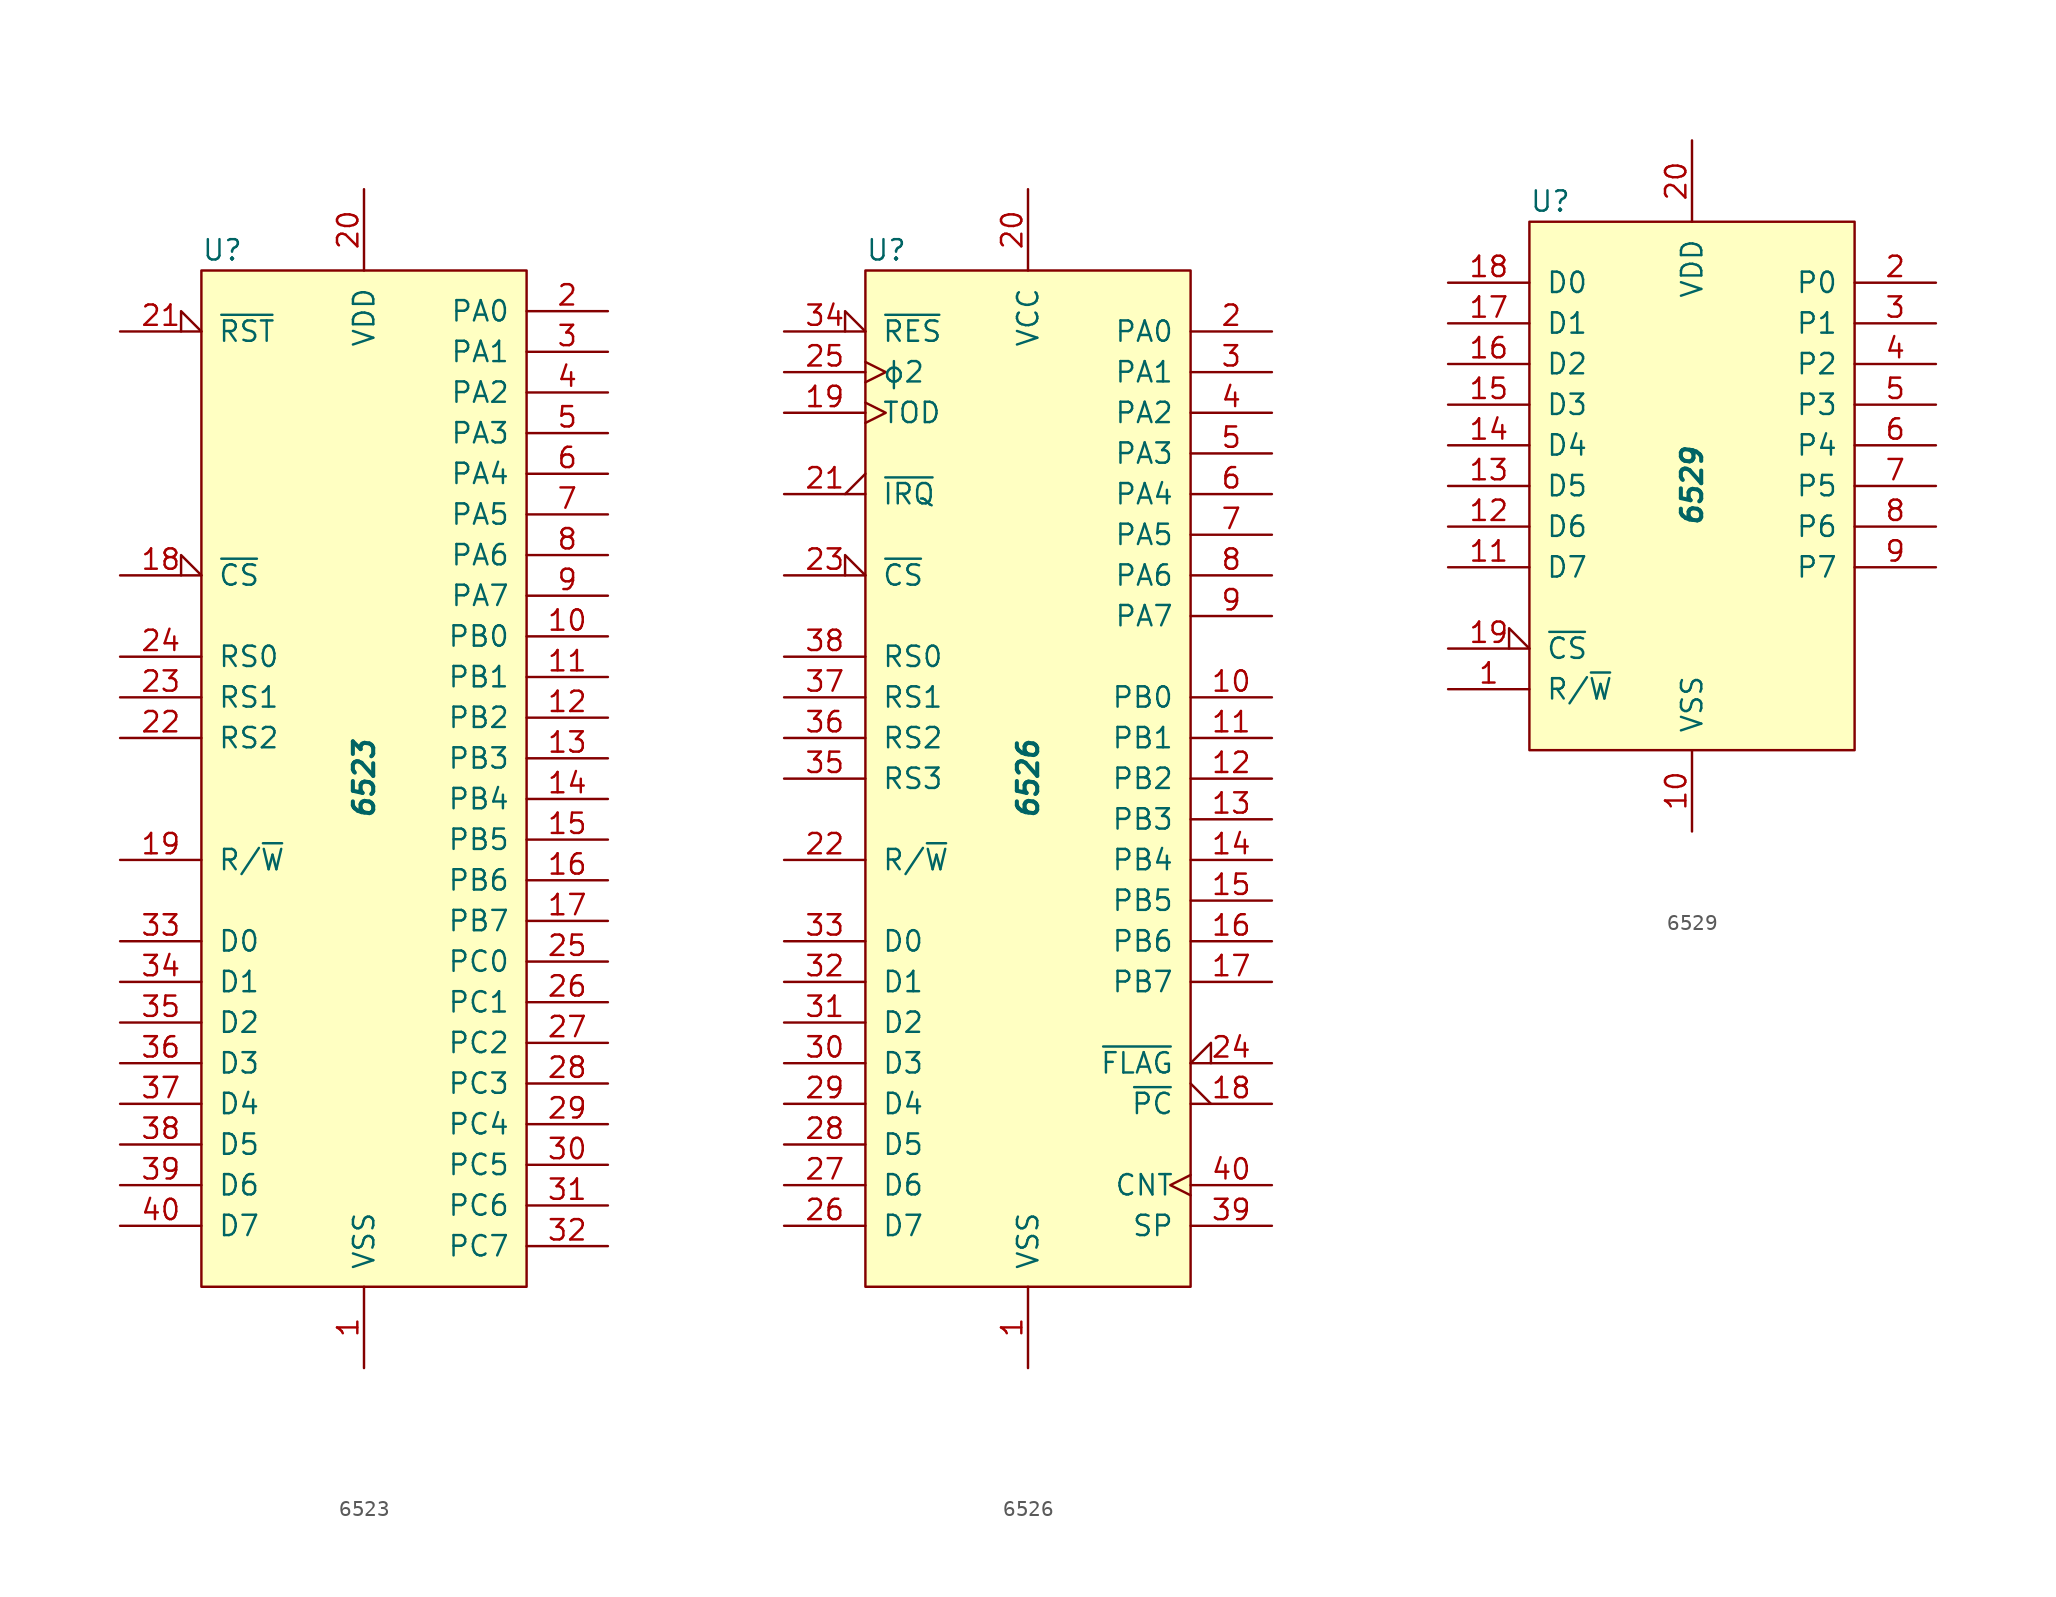
<source format=kicad_sym>
(kicad_symbol_lib
  (version 20211014)
  (generator kicad_symbol_editor)
  (symbol "6523"
    (pin_names
      (offset 1.016))
    (property "Reference" "U"
      (at -10.16 33.02 0)
      (effects (font (size 1.27 1.27)) (justify left)))
    (property "Value" "6523"
      (at 0 0 90)
      (effects (font (size 1.27 1.27) bold italic)))
    (symbol "6523_0_1"
      (rectangle (start -10.16 31.75) (end 10.16 -31.75) (stroke (width 0) (type default) (color 0 0 0 0)) (fill (type background))))
    (symbol "6523_1_1"
      (pin power_in line (at 0 -36.83 90) (length 5.08) (name "VSS" (effects (font (size 1.27 1.27)))) (number "1" (effects (font (size 1.27 1.27)))))
      (pin bidirectional line (at 15.24 8.89 180) (length 5.08) (name "PB0" (effects (font (size 1.27 1.27)))) (number "10" (effects (font (size 1.27 1.27)))))
      (pin bidirectional line (at 15.24 6.35 180) (length 5.08) (name "PB1" (effects (font (size 1.27 1.27)))) (number "11" (effects (font (size 1.27 1.27)))))
      (pin bidirectional line (at 15.24 3.81 180) (length 5.08) (name "PB2" (effects (font (size 1.27 1.27)))) (number "12" (effects (font (size 1.27 1.27)))))
      (pin bidirectional line (at 15.24 1.27 180) (length 5.08) (name "PB3" (effects (font (size 1.27 1.27)))) (number "13" (effects (font (size 1.27 1.27)))))
      (pin bidirectional line (at 15.24 -1.27 180) (length 5.08) (name "PB4" (effects (font (size 1.27 1.27)))) (number "14" (effects (font (size 1.27 1.27)))))
      (pin bidirectional line (at 15.24 -3.81 180) (length 5.08) (name "PB5" (effects (font (size 1.27 1.27)))) (number "15" (effects (font (size 1.27 1.27)))))
      (pin bidirectional line (at 15.24 -6.35 180) (length 5.08) (name "PB6" (effects (font (size 1.27 1.27)))) (number "16" (effects (font (size 1.27 1.27)))))
      (pin bidirectional line (at 15.24 -8.89 180) (length 5.08) (name "PB7" (effects (font (size 1.27 1.27)))) (number "17" (effects (font (size 1.27 1.27)))))
      (pin input input_low (at -15.24 12.7 0) (length 5.08) (name "~{CS}" (effects (font (size 1.27 1.27)))) (number "18" (effects (font (size 1.27 1.27)))))
      (pin input line (at -15.24 -5.08 0) (length 5.08) (name "R/~{W}" (effects (font (size 1.27 1.27)))) (number "19" (effects (font (size 1.27 1.27)))))
      (pin bidirectional line (at 15.24 29.21 180) (length 5.08) (name "PA0" (effects (font (size 1.27 1.27)))) (number "2" (effects (font (size 1.27 1.27)))))
      (pin power_in line (at 0 36.83 270) (length 5.08) (name "VDD" (effects (font (size 1.27 1.27)))) (number "20" (effects (font (size 1.27 1.27)))))
      (pin input input_low (at -15.24 27.94 0) (length 5.08) (name "~{RST}" (effects (font (size 1.27 1.27)))) (number "21" (effects (font (size 1.27 1.27)))))
      (pin input line (at -15.24 2.54 0) (length 5.08) (name "RS2" (effects (font (size 1.27 1.27)))) (number "22" (effects (font (size 1.27 1.27)))))
      (pin input line (at -15.24 5.08 0) (length 5.08) (name "RS1" (effects (font (size 1.27 1.27)))) (number "23" (effects (font (size 1.27 1.27)))))
      (pin input line (at -15.24 7.62 0) (length 5.08) (name "RS0" (effects (font (size 1.27 1.27)))) (number "24" (effects (font (size 1.27 1.27)))))
      (pin bidirectional line (at 15.24 -11.43 180) (length 5.08) (name "PC0" (effects (font (size 1.27 1.27)))) (number "25" (effects (font (size 1.27 1.27)))))
      (pin bidirectional line (at 15.24 -13.97 180) (length 5.08) (name "PC1" (effects (font (size 1.27 1.27)))) (number "26" (effects (font (size 1.27 1.27)))))
      (pin bidirectional line (at 15.24 -16.51 180) (length 5.08) (name "PC2" (effects (font (size 1.27 1.27)))) (number "27" (effects (font (size 1.27 1.27)))))
      (pin bidirectional line (at 15.24 -19.05 180) (length 5.08) (name "PC3" (effects (font (size 1.27 1.27)))) (number "28" (effects (font (size 1.27 1.27)))))
      (pin bidirectional line (at 15.24 -21.59 180) (length 5.08) (name "PC4" (effects (font (size 1.27 1.27)))) (number "29" (effects (font (size 1.27 1.27)))))
      (pin bidirectional line (at 15.24 26.67 180) (length 5.08) (name "PA1" (effects (font (size 1.27 1.27)))) (number "3" (effects (font (size 1.27 1.27)))))
      (pin bidirectional line (at 15.24 -24.13 180) (length 5.08) (name "PC5" (effects (font (size 1.27 1.27)))) (number "30" (effects (font (size 1.27 1.27)))))
      (pin bidirectional line (at 15.24 -26.67 180) (length 5.08) (name "PC6" (effects (font (size 1.27 1.27)))) (number "31" (effects (font (size 1.27 1.27)))))
      (pin bidirectional line (at 15.24 -29.21 180) (length 5.08) (name "PC7" (effects (font (size 1.27 1.27)))) (number "32" (effects (font (size 1.27 1.27)))))
      (pin bidirectional line (at -15.24 -10.16 0) (length 5.08) (name "D0" (effects (font (size 1.27 1.27)))) (number "33" (effects (font (size 1.27 1.27)))))
      (pin bidirectional line (at -15.24 -12.7 0) (length 5.08) (name "D1" (effects (font (size 1.27 1.27)))) (number "34" (effects (font (size 1.27 1.27)))))
      (pin bidirectional line (at -15.24 -15.24 0) (length 5.08) (name "D2" (effects (font (size 1.27 1.27)))) (number "35" (effects (font (size 1.27 1.27)))))
      (pin bidirectional line (at -15.24 -17.78 0) (length 5.08) (name "D3" (effects (font (size 1.27 1.27)))) (number "36" (effects (font (size 1.27 1.27)))))
      (pin bidirectional line (at -15.24 -20.32 0) (length 5.08) (name "D4" (effects (font (size 1.27 1.27)))) (number "37" (effects (font (size 1.27 1.27)))))
      (pin bidirectional line (at -15.24 -22.86 0) (length 5.08) (name "D5" (effects (font (size 1.27 1.27)))) (number "38" (effects (font (size 1.27 1.27)))))
      (pin bidirectional line (at -15.24 -25.4 0) (length 5.08) (name "D6" (effects (font (size 1.27 1.27)))) (number "39" (effects (font (size 1.27 1.27)))))
      (pin bidirectional line (at 15.24 24.13 180) (length 5.08) (name "PA2" (effects (font (size 1.27 1.27)))) (number "4" (effects (font (size 1.27 1.27)))))
      (pin bidirectional line (at -15.24 -27.94 0) (length 5.08) (name "D7" (effects (font (size 1.27 1.27)))) (number "40" (effects (font (size 1.27 1.27)))))
      (pin bidirectional line (at 15.24 21.59 180) (length 5.08) (name "PA3" (effects (font (size 1.27 1.27)))) (number "5" (effects (font (size 1.27 1.27)))))
      (pin bidirectional line (at 15.24 19.05 180) (length 5.08) (name "PA4" (effects (font (size 1.27 1.27)))) (number "6" (effects (font (size 1.27 1.27)))))
      (pin bidirectional line (at 15.24 16.51 180) (length 5.08) (name "PA5" (effects (font (size 1.27 1.27)))) (number "7" (effects (font (size 1.27 1.27)))))
      (pin bidirectional line (at 15.24 13.97 180) (length 5.08) (name "PA6" (effects (font (size 1.27 1.27)))) (number "8" (effects (font (size 1.27 1.27)))))
      (pin bidirectional line (at 15.24 11.43 180) (length 5.08) (name "PA7" (effects (font (size 1.27 1.27)))) (number "9" (effects (font (size 1.27 1.27)))))))
  (symbol "6526"
    (pin_names
      (offset 1.016))
    (property "Reference" "U"
      (at -10.16 33.02 0)
      (effects (font (size 1.27 1.27)) (justify left)))
    (property "Value" "6526"
      (at 0 0 90)
      (effects (font (size 1.27 1.27) bold italic)))
    (symbol "6526_0_1"
      (rectangle (start -10.16 31.75) (end 10.16 -31.75) (stroke (width 0) (type default) (color 0 0 0 0)) (fill (type background))))
    (symbol "6526_1_1"
      (pin power_in line (at 0 -36.83 90) (length 5.08) (name "VSS" (effects (font (size 1.27 1.27)))) (number "1" (effects (font (size 1.27 1.27)))))
      (pin bidirectional line (at 15.24 5.08 180) (length 5.08) (name "PB0" (effects (font (size 1.27 1.27)))) (number "10" (effects (font (size 1.27 1.27)))))
      (pin bidirectional line (at 15.24 2.54 180) (length 5.08) (name "PB1" (effects (font (size 1.27 1.27)))) (number "11" (effects (font (size 1.27 1.27)))))
      (pin bidirectional line (at 15.24 0 180) (length 5.08) (name "PB2" (effects (font (size 1.27 1.27)))) (number "12" (effects (font (size 1.27 1.27)))))
      (pin bidirectional line (at 15.24 -2.54 180) (length 5.08) (name "PB3" (effects (font (size 1.27 1.27)))) (number "13" (effects (font (size 1.27 1.27)))))
      (pin bidirectional line (at 15.24 -5.08 180) (length 5.08) (name "PB4" (effects (font (size 1.27 1.27)))) (number "14" (effects (font (size 1.27 1.27)))))
      (pin bidirectional line (at 15.24 -7.62 180) (length 5.08) (name "PB5" (effects (font (size 1.27 1.27)))) (number "15" (effects (font (size 1.27 1.27)))))
      (pin bidirectional line (at 15.24 -10.16 180) (length 5.08) (name "PB6" (effects (font (size 1.27 1.27)))) (number "16" (effects (font (size 1.27 1.27)))))
      (pin bidirectional line (at 15.24 -12.7 180) (length 5.08) (name "PB7" (effects (font (size 1.27 1.27)))) (number "17" (effects (font (size 1.27 1.27)))))
      (pin output output_low (at 15.24 -20.32 180) (length 5.08) (name "~{PC}" (effects (font (size 1.27 1.27)))) (number "18" (effects (font (size 1.27 1.27)))))
      (pin input clock (at -15.24 22.86 0) (length 5.08) (name "TOD" (effects (font (size 1.27 1.27)))) (number "19" (effects (font (size 1.27 1.27)))))
      (pin bidirectional line (at 15.24 27.94 180) (length 5.08) (name "PA0" (effects (font (size 1.27 1.27)))) (number "2" (effects (font (size 1.27 1.27)))))
      (pin power_in line (at 0 36.83 270) (length 5.08) (name "VCC" (effects (font (size 1.27 1.27)))) (number "20" (effects (font (size 1.27 1.27)))))
      (pin open_collector output_low (at -15.24 17.78 0) (length 5.08) (name "~{IRQ}" (effects (font (size 1.27 1.27)))) (number "21" (effects (font (size 1.27 1.27)))))
      (pin input line (at -15.24 -5.08 0) (length 5.08) (name "R/~{W}" (effects (font (size 1.27 1.27)))) (number "22" (effects (font (size 1.27 1.27)))))
      (pin input input_low (at -15.24 12.7 0) (length 5.08) (name "~{CS}" (effects (font (size 1.27 1.27)))) (number "23" (effects (font (size 1.27 1.27)))))
      (pin input input_low (at 15.24 -17.78 180) (length 5.08) (name "~{FLAG}" (effects (font (size 1.27 1.27)))) (number "24" (effects (font (size 1.27 1.27)))))
      (pin input clock (at -15.24 25.4 0) (length 5.08) (name "ϕ2" (effects (font (size 1.27 1.27)))) (number "25" (effects (font (size 1.27 1.27)))))
      (pin bidirectional line (at -15.24 -27.94 0) (length 5.08) (name "D7" (effects (font (size 1.27 1.27)))) (number "26" (effects (font (size 1.27 1.27)))))
      (pin bidirectional line (at -15.24 -25.4 0) (length 5.08) (name "D6" (effects (font (size 1.27 1.27)))) (number "27" (effects (font (size 1.27 1.27)))))
      (pin bidirectional line (at -15.24 -22.86 0) (length 5.08) (name "D5" (effects (font (size 1.27 1.27)))) (number "28" (effects (font (size 1.27 1.27)))))
      (pin bidirectional line (at -15.24 -20.32 0) (length 5.08) (name "D4" (effects (font (size 1.27 1.27)))) (number "29" (effects (font (size 1.27 1.27)))))
      (pin bidirectional line (at 15.24 25.4 180) (length 5.08) (name "PA1" (effects (font (size 1.27 1.27)))) (number "3" (effects (font (size 1.27 1.27)))))
      (pin bidirectional line (at -15.24 -17.78 0) (length 5.08) (name "D3" (effects (font (size 1.27 1.27)))) (number "30" (effects (font (size 1.27 1.27)))))
      (pin bidirectional line (at -15.24 -15.24 0) (length 5.08) (name "D2" (effects (font (size 1.27 1.27)))) (number "31" (effects (font (size 1.27 1.27)))))
      (pin bidirectional line (at -15.24 -12.7 0) (length 5.08) (name "D1" (effects (font (size 1.27 1.27)))) (number "32" (effects (font (size 1.27 1.27)))))
      (pin bidirectional line (at -15.24 -10.16 0) (length 5.08) (name "D0" (effects (font (size 1.27 1.27)))) (number "33" (effects (font (size 1.27 1.27)))))
      (pin input input_low (at -15.24 27.94 0) (length 5.08) (name "~{RES}" (effects (font (size 1.27 1.27)))) (number "34" (effects (font (size 1.27 1.27)))))
      (pin input line (at -15.24 0 0) (length 5.08) (name "RS3" (effects (font (size 1.27 1.27)))) (number "35" (effects (font (size 1.27 1.27)))))
      (pin input line (at -15.24 2.54 0) (length 5.08) (name "RS2" (effects (font (size 1.27 1.27)))) (number "36" (effects (font (size 1.27 1.27)))))
      (pin input line (at -15.24 5.08 0) (length 5.08) (name "RS1" (effects (font (size 1.27 1.27)))) (number "37" (effects (font (size 1.27 1.27)))))
      (pin input line (at -15.24 7.62 0) (length 5.08) (name "RS0" (effects (font (size 1.27 1.27)))) (number "38" (effects (font (size 1.27 1.27)))))
      (pin bidirectional line (at 15.24 -27.94 180) (length 5.08) (name "SP" (effects (font (size 1.27 1.27)))) (number "39" (effects (font (size 1.27 1.27)))))
      (pin bidirectional line (at 15.24 22.86 180) (length 5.08) (name "PA2" (effects (font (size 1.27 1.27)))) (number "4" (effects (font (size 1.27 1.27)))))
      (pin bidirectional clock (at 15.24 -25.4 180) (length 5.08) (name "CNT" (effects (font (size 1.27 1.27)))) (number "40" (effects (font (size 1.27 1.27)))))
      (pin bidirectional line (at 15.24 20.32 180) (length 5.08) (name "PA3" (effects (font (size 1.27 1.27)))) (number "5" (effects (font (size 1.27 1.27)))))
      (pin bidirectional line (at 15.24 17.78 180) (length 5.08) (name "PA4" (effects (font (size 1.27 1.27)))) (number "6" (effects (font (size 1.27 1.27)))))
      (pin bidirectional line (at 15.24 15.24 180) (length 5.08) (name "PA5" (effects (font (size 1.27 1.27)))) (number "7" (effects (font (size 1.27 1.27)))))
      (pin bidirectional line (at 15.24 12.7 180) (length 5.08) (name "PA6" (effects (font (size 1.27 1.27)))) (number "8" (effects (font (size 1.27 1.27)))))
      (pin bidirectional line (at 15.24 10.16 180) (length 5.08) (name "PA7" (effects (font (size 1.27 1.27)))) (number "9" (effects (font (size 1.27 1.27)))))))
  (symbol "6529"
    (pin_names
      (offset 1.016))
    (property "Reference" "U"
      (at -10.16 17.78 0)
      (effects (font (size 1.27 1.27)) (justify left)))
    (property "Value" "6529"
      (at 0 0 90)
      (effects (font (size 1.27 1.27) bold italic)))
    (symbol "6529_0_1"
      (rectangle (start -10.16 16.51) (end 10.16 -16.51) (stroke (width 0) (type default) (color 0 0 0 0)) (fill (type background))))
    (symbol "6529_1_1"
      (pin input line (at -15.24 -12.7 0) (length 5.08) (name "R/~{W}" (effects (font (size 1.27 1.27)))) (number "1" (effects (font (size 1.27 1.27)))))
      (pin power_in line (at 0 -21.59 90) (length 5.08) (name "VSS" (effects (font (size 1.27 1.27)))) (number "10" (effects (font (size 1.27 1.27)))))
      (pin bidirectional line (at -15.24 -5.08 0) (length 5.08) (name "D7" (effects (font (size 1.27 1.27)))) (number "11" (effects (font (size 1.27 1.27)))))
      (pin bidirectional line (at -15.24 -2.54 0) (length 5.08) (name "D6" (effects (font (size 1.27 1.27)))) (number "12" (effects (font (size 1.27 1.27)))))
      (pin bidirectional line (at -15.24 0 0) (length 5.08) (name "D5" (effects (font (size 1.27 1.27)))) (number "13" (effects (font (size 1.27 1.27)))))
      (pin bidirectional line (at -15.24 2.54 0) (length 5.08) (name "D4" (effects (font (size 1.27 1.27)))) (number "14" (effects (font (size 1.27 1.27)))))
      (pin bidirectional line (at -15.24 5.08 0) (length 5.08) (name "D3" (effects (font (size 1.27 1.27)))) (number "15" (effects (font (size 1.27 1.27)))))
      (pin bidirectional line (at -15.24 7.62 0) (length 5.08) (name "D2" (effects (font (size 1.27 1.27)))) (number "16" (effects (font (size 1.27 1.27)))))
      (pin bidirectional line (at -15.24 10.16 0) (length 5.08) (name "D1" (effects (font (size 1.27 1.27)))) (number "17" (effects (font (size 1.27 1.27)))))
      (pin bidirectional line (at -15.24 12.7 0) (length 5.08) (name "D0" (effects (font (size 1.27 1.27)))) (number "18" (effects (font (size 1.27 1.27)))))
      (pin input input_low (at -15.24 -10.16 0) (length 5.08) (name "~{CS}" (effects (font (size 1.27 1.27)))) (number "19" (effects (font (size 1.27 1.27)))))
      (pin bidirectional line (at 15.24 12.7 180) (length 5.08) (name "P0" (effects (font (size 1.27 1.27)))) (number "2" (effects (font (size 1.27 1.27)))))
      (pin power_in line (at 0 21.59 270) (length 5.08) (name "VDD" (effects (font (size 1.27 1.27)))) (number "20" (effects (font (size 1.27 1.27)))))
      (pin bidirectional line (at 15.24 10.16 180) (length 5.08) (name "P1" (effects (font (size 1.27 1.27)))) (number "3" (effects (font (size 1.27 1.27)))))
      (pin bidirectional line (at 15.24 7.62 180) (length 5.08) (name "P2" (effects (font (size 1.27 1.27)))) (number "4" (effects (font (size 1.27 1.27)))))
      (pin bidirectional line (at 15.24 5.08 180) (length 5.08) (name "P3" (effects (font (size 1.27 1.27)))) (number "5" (effects (font (size 1.27 1.27)))))
      (pin bidirectional line (at 15.24 2.54 180) (length 5.08) (name "P4" (effects (font (size 1.27 1.27)))) (number "6" (effects (font (size 1.27 1.27)))))
      (pin bidirectional line (at 15.24 0 180) (length 5.08) (name "P5" (effects (font (size 1.27 1.27)))) (number "7" (effects (font (size 1.27 1.27)))))
      (pin bidirectional line (at 15.24 -2.54 180) (length 5.08) (name "P6" (effects (font (size 1.27 1.27)))) (number "8" (effects (font (size 1.27 1.27)))))
      (pin bidirectional line (at 15.24 -5.08 180) (length 5.08) (name "P7" (effects (font (size 1.27 1.27)))) (number "9" (effects (font (size 1.27 1.27))))))))
</source>
